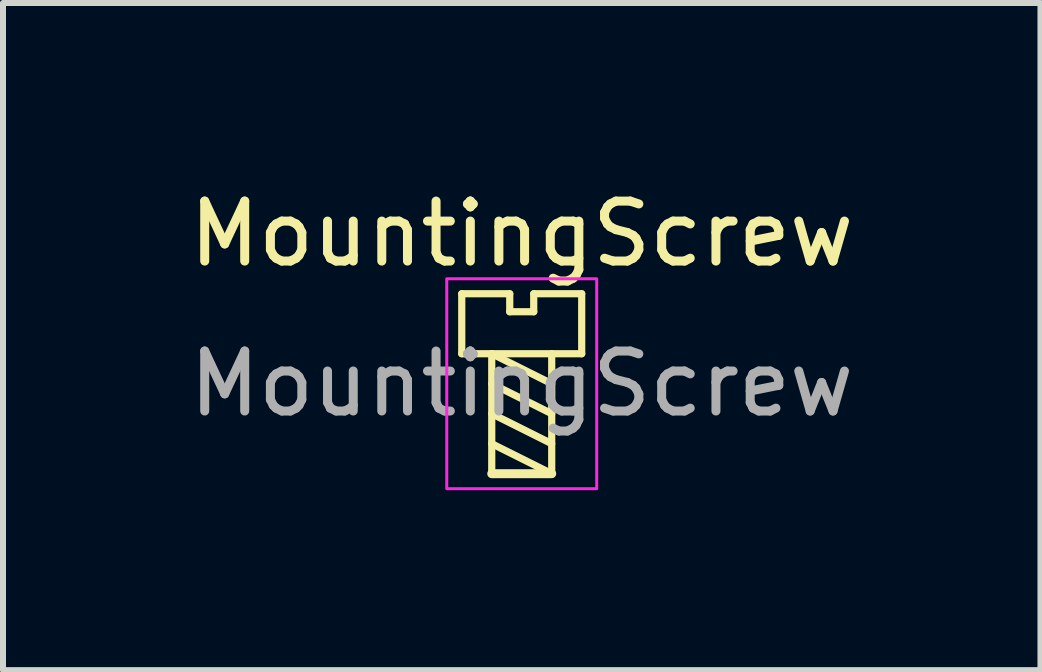
<source format=kicad_pcb>
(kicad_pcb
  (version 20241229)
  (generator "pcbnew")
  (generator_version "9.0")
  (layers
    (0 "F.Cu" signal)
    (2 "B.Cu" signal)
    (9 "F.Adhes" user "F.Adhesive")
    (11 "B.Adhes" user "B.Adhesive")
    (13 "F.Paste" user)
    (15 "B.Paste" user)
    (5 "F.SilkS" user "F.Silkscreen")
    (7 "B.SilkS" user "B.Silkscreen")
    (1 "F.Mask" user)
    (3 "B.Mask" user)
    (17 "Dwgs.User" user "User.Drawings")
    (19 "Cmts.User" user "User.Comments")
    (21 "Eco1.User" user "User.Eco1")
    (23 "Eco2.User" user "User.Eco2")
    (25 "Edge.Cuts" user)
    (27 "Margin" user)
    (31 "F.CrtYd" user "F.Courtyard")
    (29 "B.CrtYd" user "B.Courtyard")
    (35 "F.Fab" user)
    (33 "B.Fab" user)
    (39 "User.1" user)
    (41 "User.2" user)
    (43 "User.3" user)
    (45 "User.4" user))
  (footprint "MountingScrew"
    (layer "F.Cu")
    (at 5.649 3.348)
    (property "Reference" "MountingScrew" (at 0 -2.5 0) (layer "F.SilkS") (effects (font (size 1 1) (thickness 0.15))))
    (attr exclude_from_pos_files)
    (fp_line (start -1 -1.5) (end -0.2 -1.5) (stroke (width 0.12) (type default)) (layer "F.SilkS"))
    (fp_line (start -1 -0.5) (end -1 -1.5) (stroke (width 0.12) (type default)) (layer "F.SilkS"))
    (fp_line (start -1 -0.5) (end 1 -0.5) (stroke (width 0.12) (type default)) (layer "F.SilkS"))
    (fp_line (start -0.5 1.5) (end -0.5 -0.5) (stroke (width 0.12) (type default)) (layer "F.SilkS"))
    (fp_line (start -0.2 -1.5) (end -0.2 -1.2) (stroke (width 0.12) (type default)) (layer "F.SilkS"))
    (fp_line (start -0.2 -1.2) (end 0.2 -1.2) (stroke (width 0.12) (type default)) (layer "F.SilkS"))
    (fp_line (start 0.2 -1.5) (end 1 -1.5) (stroke (width 0.12) (type default)) (layer "F.SilkS"))
    (fp_line (start 0.2 -1.2) (end 0.2 -1.5) (stroke (width 0.12) (type default)) (layer "F.SilkS"))
    (fp_line (start 0.5 -0.5) (end 0.5 1.5) (stroke (width 0.12) (type default)) (layer "F.SilkS"))
    (fp_line (start 0.5 0) (end -0.5 -0.5) (stroke (width 0.12) (type default)) (layer "F.SilkS"))
    (fp_line (start 0.5 0.5) (end -0.5 0) (stroke (width 0.12) (type default)) (layer "F.SilkS"))
    (fp_line (start 0.5 1) (end -0.5 0.5) (stroke (width 0.12) (type default)) (layer "F.SilkS"))
    (fp_line (start 0.5 1.5) (end -0.5 1) (stroke (width 0.12) (type default)) (layer "F.SilkS"))
    (fp_line (start 0.5 1.5) (end -0.5 1.5) (stroke (width 0.15) (type default)) (layer "F.SilkS"))
    (fp_line (start 1 -1.5) (end 1 -0.5) (stroke (width 0.12) (type default)) (layer "F.SilkS"))
    (fp_rect (start -1.25 -1.75) (end 1.25 1.75) (stroke (width 0.05) (type default)) (fill no) (layer "F.CrtYd"))
    (fp_text user "${REFERENCE}" (at 0 0 0) (layer "F.Fab") (effects (font (size 1 1) (thickness 0.15)))))
  (gr_rect
    (start -3 -3)
    (end 14.298 8.123)
    (stroke (width 0.1) (type default))
    (fill no)
    (layer "Edge.Cuts")))
</source>
